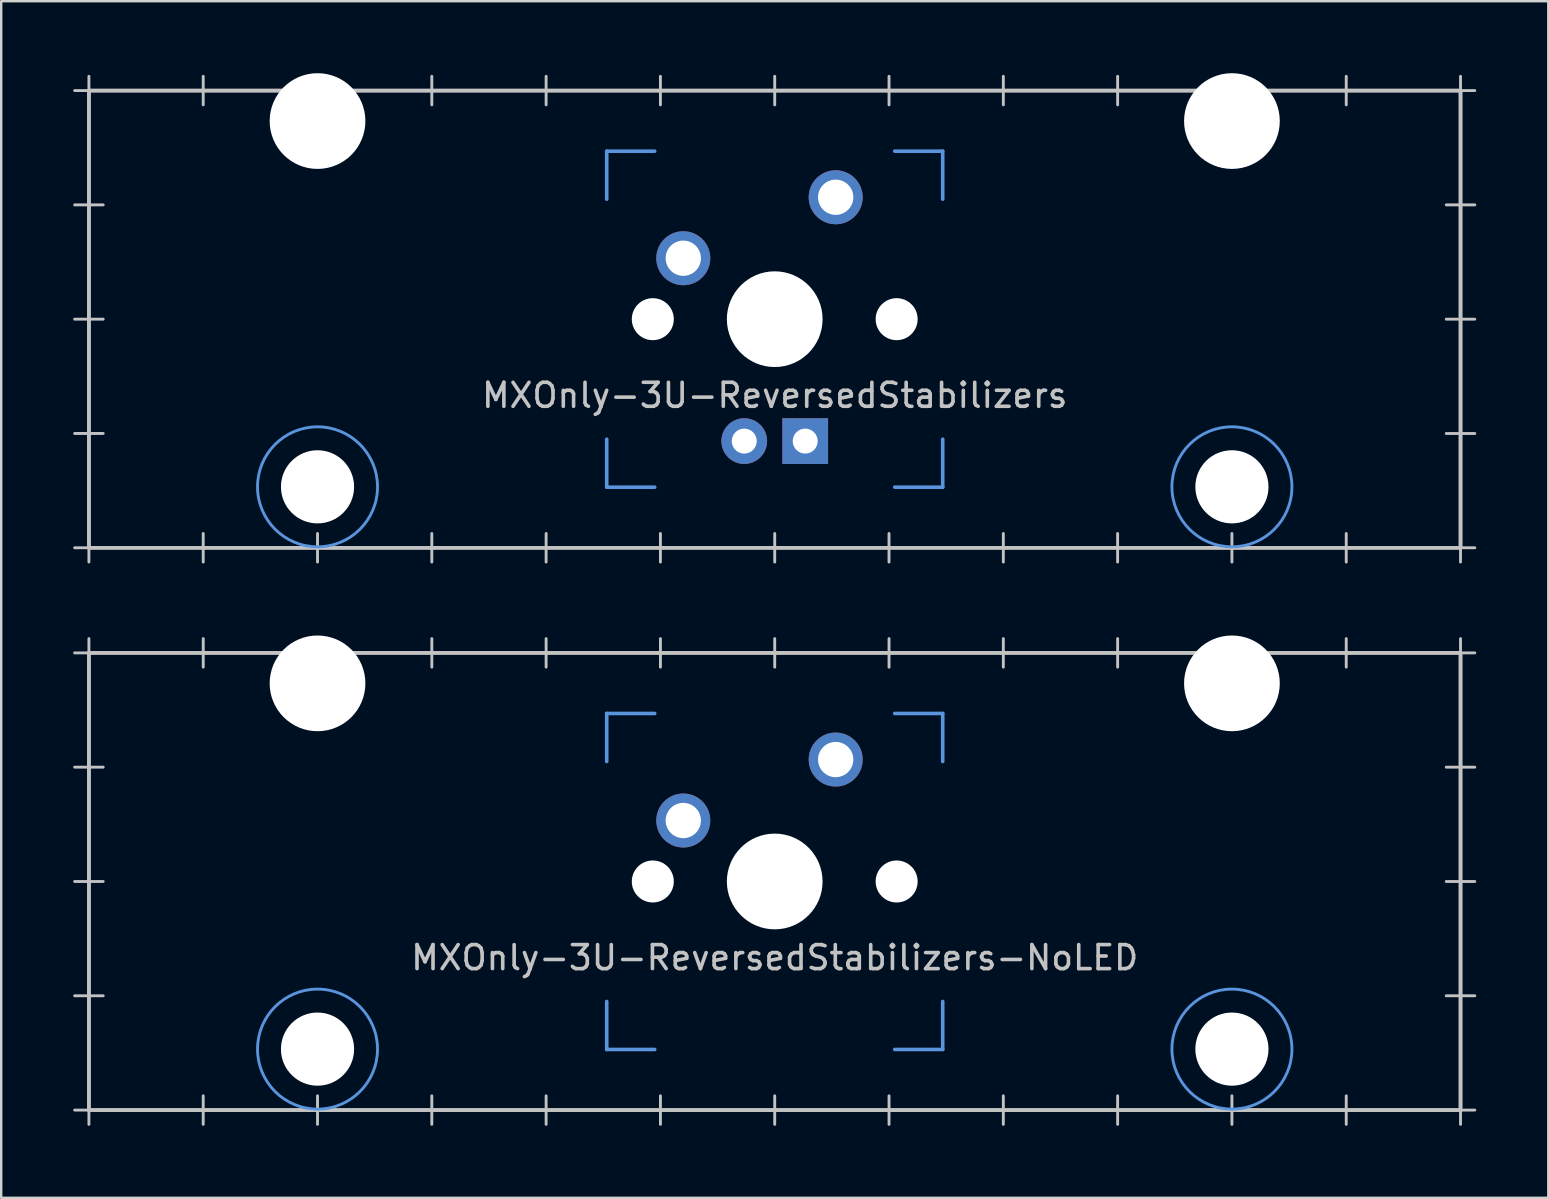
<source format=kicad_pcb>
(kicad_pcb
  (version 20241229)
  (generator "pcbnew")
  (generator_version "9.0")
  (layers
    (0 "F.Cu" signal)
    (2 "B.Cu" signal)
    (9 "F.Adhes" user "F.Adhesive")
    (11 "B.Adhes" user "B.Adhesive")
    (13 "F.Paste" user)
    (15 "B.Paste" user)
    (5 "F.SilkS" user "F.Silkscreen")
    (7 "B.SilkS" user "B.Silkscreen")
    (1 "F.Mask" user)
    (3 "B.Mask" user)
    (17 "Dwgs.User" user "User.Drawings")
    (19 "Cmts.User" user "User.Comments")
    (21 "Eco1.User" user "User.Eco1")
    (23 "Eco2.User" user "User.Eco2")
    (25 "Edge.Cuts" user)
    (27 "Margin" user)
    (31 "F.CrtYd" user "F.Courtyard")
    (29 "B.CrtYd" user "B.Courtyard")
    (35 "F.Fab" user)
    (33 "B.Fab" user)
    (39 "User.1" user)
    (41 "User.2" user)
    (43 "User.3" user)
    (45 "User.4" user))
  (footprint "MXOnly-3U-ReversedStabilizers-NoLED"
    (layer "F.Cu")
    (at 29.23 33.678)
    (property "Reference" "MXOnly-3U-ReversedStabilizers-NoLED" (at 0 3.175 0) (layer "Dwgs.User") (effects (font (size 1 1) (thickness 0.15))))
    (attr through_hole)
    (fp_line (start -29.17 -9.525) (end -28.575 -9.525) (stroke (width 0.12) (type solid)) (layer "Dwgs.User"))
    (fp_line (start -29.17 0) (end -27.98 0) (stroke (width 0.12) (type solid)) (layer "Dwgs.User"))
    (fp_line (start -29.17 4.763) (end -27.98 4.763) (stroke (width 0.12) (type solid)) (layer "Dwgs.User"))
    (fp_line (start -29.17 9.525) (end -28.575 9.525) (stroke (width 0.12) (type solid)) (layer "Dwgs.User"))
    (fp_line (start -28.575 10.12) (end -28.575 9.525) (stroke (width 0.12) (type solid)) (layer "Dwgs.User"))
    (fp_line (start -28.575 -10.12) (end -28.575 -9.525) (stroke (width 0.12) (type solid)) (layer "Dwgs.User"))
    (fp_line (start -28.575 -9.525) (end 28.575 -9.525) (stroke (width 0.15) (type solid)) (layer "Dwgs.User"))
    (fp_line (start -28.575 9.525) (end -28.575 -9.525) (stroke (width 0.15) (type solid)) (layer "Dwgs.User"))
    (fp_line (start -28.575 9.525) (end 28.575 9.525) (stroke (width 0.15) (type solid)) (layer "Dwgs.User"))
    (fp_line (start -28.575 -9.525) (end 28.575 -9.525) (stroke (width 0.15) (type solid)) (layer "Dwgs.User"))
    (fp_line (start -28.575 9.525) (end -28.575 -9.525) (stroke (width 0.15) (type solid)) (layer "Dwgs.User"))
    (fp_line (start -28.575 9.525) (end 28.575 9.525) (stroke (width 0.15) (type solid)) (layer "Dwgs.User"))
    (fp_line (start -27.98 -4.763) (end -29.17 -4.763) (stroke (width 0.12) (type solid)) (layer "Dwgs.User"))
    (fp_line (start -23.813 8.93) (end -23.813 10.12) (stroke (width 0.12) (type solid)) (layer "Dwgs.User"))
    (fp_line (start -23.812 -10.12) (end -23.812 -8.93) (stroke (width 0.12) (type solid)) (layer "Dwgs.User"))
    (fp_line (start -19.05 8.93) (end -19.05 10.12) (stroke (width 0.12) (type solid)) (layer "Dwgs.User"))
    (fp_line (start -19.05 -10.12) (end -19.05 -8.93) (stroke (width 0.12) (type solid)) (layer "Dwgs.User"))
    (fp_line (start -14.288 10.12) (end -14.288 8.93) (stroke (width 0.12) (type solid)) (layer "Dwgs.User"))
    (fp_line (start -14.287 -8.93) (end -14.287 -10.12) (stroke (width 0.12) (type solid)) (layer "Dwgs.User"))
    (fp_line (start -9.525 8.93) (end -9.525 10.12) (stroke (width 0.12) (type solid)) (layer "Dwgs.User"))
    (fp_line (start -9.525 -10.12) (end -9.525 -8.93) (stroke (width 0.12) (type solid)) (layer "Dwgs.User"))
    (fp_line (start -4.762 10.12) (end -4.762 8.93) (stroke (width 0.12) (type solid)) (layer "Dwgs.User"))
    (fp_line (start -4.762 -8.93) (end -4.762 -10.12) (stroke (width 0.12) (type solid)) (layer "Dwgs.User"))
    (fp_line (start 0.000006 8.93) (end 0.000006 10.12) (stroke (width 0.12) (type solid)) (layer "Dwgs.User"))
    (fp_line (start 0.000024 -10.12) (end 0.000024 -8.93) (stroke (width 0.12) (type solid)) (layer "Dwgs.User"))
    (fp_line (start 4.763 10.12) (end 4.763 8.93) (stroke (width 0.12) (type solid)) (layer "Dwgs.User"))
    (fp_line (start 4.763 -8.93) (end 4.763 -10.12) (stroke (width 0.12) (type solid)) (layer "Dwgs.User"))
    (fp_line (start 9.525 8.93) (end 9.525 10.12) (stroke (width 0.12) (type solid)) (layer "Dwgs.User"))
    (fp_line (start 9.525 -10.12) (end 9.525 -8.93) (stroke (width 0.12) (type solid)) (layer "Dwgs.User"))
    (fp_line (start 14.288 10.12) (end 14.288 8.93) (stroke (width 0.12) (type solid)) (layer "Dwgs.User"))
    (fp_line (start 14.288 -8.93) (end 14.288 -10.12) (stroke (width 0.12) (type solid)) (layer "Dwgs.User"))
    (fp_line (start 19.05 8.93) (end 19.05 10.12) (stroke (width 0.12) (type solid)) (layer "Dwgs.User"))
    (fp_line (start 19.05 -10.12) (end 19.05 -8.93) (stroke (width 0.12) (type solid)) (layer "Dwgs.User"))
    (fp_line (start 23.813 10.12) (end 23.813 8.93) (stroke (width 0.12) (type solid)) (layer "Dwgs.User"))
    (fp_line (start 23.813 -8.93) (end 23.813 -10.12) (stroke (width 0.12) (type solid)) (layer "Dwgs.User"))
    (fp_line (start 27.98 4.763) (end 29.17 4.763) (stroke (width 0.12) (type solid)) (layer "Dwgs.User"))
    (fp_line (start 28.575 -9.525) (end 28.575 9.525) (stroke (width 0.15) (type solid)) (layer "Dwgs.User"))
    (fp_line (start 28.575 -9.525) (end 28.575 9.525) (stroke (width 0.15) (type solid)) (layer "Dwgs.User"))
    (fp_line (start 28.575 10.12) (end 28.575 9.525) (stroke (width 0.12) (type solid)) (layer "Dwgs.User"))
    (fp_line (start 28.575 -10.12) (end 28.575 -9.525) (stroke (width 0.12) (type solid)) (layer "Dwgs.User"))
    (fp_line (start 29.17 -9.525) (end 28.575 -9.525) (stroke (width 0.12) (type solid)) (layer "Dwgs.User"))
    (fp_line (start 29.17 -4.762) (end 27.98 -4.762) (stroke (width 0.12) (type solid)) (layer "Dwgs.User"))
    (fp_line (start 29.17 0.000008) (end 27.98 0.000008) (stroke (width 0.12) (type solid)) (layer "Dwgs.User"))
    (fp_line (start 29.17 9.525) (end 28.575 9.525) (stroke (width 0.12) (type solid)) (layer "Dwgs.User"))
    (fp_line (start -7 -7) (end -7 -5) (stroke (width 0.15) (type solid)) (layer "Cmts.User"))
    (fp_line (start -7 7) (end -7 5) (stroke (width 0.15) (type solid)) (layer "Cmts.User"))
    (fp_line (start -5 -7) (end -7 -7) (stroke (width 0.15) (type solid)) (layer "Cmts.User"))
    (fp_line (start -5 7) (end -7 7) (stroke (width 0.15) (type solid)) (layer "Cmts.User"))
    (fp_line (start 5 -7) (end 7 -7) (stroke (width 0.15) (type solid)) (layer "Cmts.User"))
    (fp_line (start 7 -7) (end 7 -5) (stroke (width 0.15) (type solid)) (layer "Cmts.User"))
    (fp_line (start 7 5) (end 7 7) (stroke (width 0.15) (type solid)) (layer "Cmts.User"))
    (fp_line (start 7 7) (end 5 7) (stroke (width 0.15) (type solid)) (layer "Cmts.User"))
    (fp_circle (center -19.05 6.985) (end -21.55 6.985) (stroke (width 0.12) (type solid)) (fill no) (layer "Cmts.User"))
    (fp_circle (center 19.05 6.985) (end 16.55 6.985) (stroke (width 0.12) (type solid)) (fill no) (layer "Cmts.User"))
    (pad "" np_thru_hole circle (at -19.05 -8.255) (size 3.988 3.988) (drill 3.988) (layers "*.Cu" "*.Mask"))
    (pad "" np_thru_hole circle (at -19.05 6.985) (size 3.048 3.048) (drill 3.048) (layers "*.Cu" "*.Mask"))
    (pad "" np_thru_hole circle (at -5.08 0 48.1) (size 1.75 1.75) (drill 1.75) (layers "*.Cu" "*.Mask"))
    (pad "" np_thru_hole circle (at 0 0) (size 3.988 3.988) (drill 3.988) (layers "*.Cu" "*.Mask"))
    (pad "" np_thru_hole circle (at 5.08 0 48.1) (size 1.75 1.75) (drill 1.75) (layers "*.Cu" "*.Mask"))
    (pad "" np_thru_hole circle (at 19.05 -8.255) (size 3.988 3.988) (drill 3.988) (layers "*.Cu" "*.Mask"))
    (pad "" np_thru_hole circle (at 19.05 6.985) (size 3.048 3.048) (drill 3.048) (layers "*.Cu" "*.Mask"))
    (pad "1" thru_hole circle (at -3.81 -2.54 48.1) (size 2.25 2.25) (drill 1.47) (layers "*.Cu" "B.Mask"))
    (pad "2" thru_hole circle (at 2.54 -5.08) (size 2.25 2.25) (drill 1.47) (layers "*.Cu" "B.Mask")))
  (footprint "MXOnly-3U-ReversedStabilizers"
    (layer "F.Cu")
    (at 29.23 10.249)
    (property "Reference" "MXOnly-3U-ReversedStabilizers" (at 0 3.175 0) (layer "Dwgs.User") (effects (font (size 1 1) (thickness 0.15))))
    (attr through_hole)
    (fp_line (start -29.17 -9.525) (end -28.575 -9.525) (stroke (width 0.12) (type solid)) (layer "Dwgs.User"))
    (fp_line (start -29.17 -0.000008) (end -27.98 -0.000008) (stroke (width 0.12) (type solid)) (layer "Dwgs.User"))
    (fp_line (start -29.17 4.762) (end -27.98 4.762) (stroke (width 0.12) (type solid)) (layer "Dwgs.User"))
    (fp_line (start -29.17 9.525) (end -28.575 9.525) (stroke (width 0.12) (type solid)) (layer "Dwgs.User"))
    (fp_line (start -28.575 10.12) (end -28.575 9.525) (stroke (width 0.12) (type solid)) (layer "Dwgs.User"))
    (fp_line (start -28.575 -10.12) (end -28.575 -9.525) (stroke (width 0.12) (type solid)) (layer "Dwgs.User"))
    (fp_line (start -28.575 -9.525) (end 28.575 -9.525) (stroke (width 0.15) (type solid)) (layer "Dwgs.User"))
    (fp_line (start -28.575 -9.525) (end 28.575 -9.525) (stroke (width 0.15) (type solid)) (layer "Dwgs.User"))
    (fp_line (start -28.575 9.525) (end -28.575 -9.525) (stroke (width 0.15) (type solid)) (layer "Dwgs.User"))
    (fp_line (start -28.575 9.525) (end -28.575 -9.525) (stroke (width 0.15) (type solid)) (layer "Dwgs.User"))
    (fp_line (start -28.575 9.525) (end 28.575 9.525) (stroke (width 0.15) (type solid)) (layer "Dwgs.User"))
    (fp_line (start -28.575 9.525) (end 28.575 9.525) (stroke (width 0.15) (type solid)) (layer "Dwgs.User"))
    (fp_line (start -27.98 -4.763) (end -29.17 -4.763) (stroke (width 0.12) (type solid)) (layer "Dwgs.User"))
    (fp_line (start -23.813 8.93) (end -23.813 10.12) (stroke (width 0.12) (type solid)) (layer "Dwgs.User"))
    (fp_line (start -23.813 -10.12) (end -23.813 -8.93) (stroke (width 0.12) (type solid)) (layer "Dwgs.User"))
    (fp_line (start -19.05 8.93) (end -19.05 10.12) (stroke (width 0.12) (type solid)) (layer "Dwgs.User"))
    (fp_line (start -19.05 -10.12) (end -19.05 -8.93) (stroke (width 0.12) (type solid)) (layer "Dwgs.User"))
    (fp_line (start -14.288 10.12) (end -14.288 8.93) (stroke (width 0.12) (type solid)) (layer "Dwgs.User"))
    (fp_line (start -14.288 -8.93) (end -14.288 -10.12) (stroke (width 0.12) (type solid)) (layer "Dwgs.User"))
    (fp_line (start -9.525 8.93) (end -9.525 10.12) (stroke (width 0.12) (type solid)) (layer "Dwgs.User"))
    (fp_line (start -9.525 -10.12) (end -9.525 -8.93) (stroke (width 0.12) (type solid)) (layer "Dwgs.User"))
    (fp_line (start -4.763 10.12) (end -4.763 8.93) (stroke (width 0.12) (type solid)) (layer "Dwgs.User"))
    (fp_line (start -4.763 -8.93) (end -4.763 -10.12) (stroke (width 0.12) (type solid)) (layer "Dwgs.User"))
    (fp_line (start -0.000018 8.93) (end -0.000018 10.12) (stroke (width 0.12) (type solid)) (layer "Dwgs.User"))
    (fp_line (start 0 -10.12) (end 0 -8.93) (stroke (width 0.12) (type solid)) (layer "Dwgs.User"))
    (fp_line (start 4.762 10.12) (end 4.762 8.93) (stroke (width 0.12) (type solid)) (layer "Dwgs.User"))
    (fp_line (start 4.763 -8.93) (end 4.763 -10.12) (stroke (width 0.12) (type solid)) (layer "Dwgs.User"))
    (fp_line (start 9.525 8.93) (end 9.525 10.12) (stroke (width 0.12) (type solid)) (layer "Dwgs.User"))
    (fp_line (start 9.525 -10.12) (end 9.525 -8.93) (stroke (width 0.12) (type solid)) (layer "Dwgs.User"))
    (fp_line (start 14.287 10.12) (end 14.287 8.93) (stroke (width 0.12) (type solid)) (layer "Dwgs.User"))
    (fp_line (start 14.288 -8.93) (end 14.288 -10.12) (stroke (width 0.12) (type solid)) (layer "Dwgs.User"))
    (fp_line (start 19.05 8.93) (end 19.05 10.12) (stroke (width 0.12) (type solid)) (layer "Dwgs.User"))
    (fp_line (start 19.05 -10.12) (end 19.05 -8.93) (stroke (width 0.12) (type solid)) (layer "Dwgs.User"))
    (fp_line (start 23.813 10.12) (end 23.813 8.93) (stroke (width 0.12) (type solid)) (layer "Dwgs.User"))
    (fp_line (start 23.813 -8.93) (end 23.813 -10.12) (stroke (width 0.12) (type solid)) (layer "Dwgs.User"))
    (fp_line (start 27.98 4.763) (end 29.17 4.763) (stroke (width 0.12) (type solid)) (layer "Dwgs.User"))
    (fp_line (start 28.575 -9.525) (end 28.575 9.525) (stroke (width 0.15) (type solid)) (layer "Dwgs.User"))
    (fp_line (start 28.575 -9.525) (end 28.575 9.525) (stroke (width 0.15) (type solid)) (layer "Dwgs.User"))
    (fp_line (start 28.575 10.12) (end 28.575 9.525) (stroke (width 0.12) (type solid)) (layer "Dwgs.User"))
    (fp_line (start 28.575 -10.12) (end 28.575 -9.525) (stroke (width 0.12) (type solid)) (layer "Dwgs.User"))
    (fp_line (start 29.17 -9.525) (end 28.575 -9.525) (stroke (width 0.12) (type solid)) (layer "Dwgs.User"))
    (fp_line (start 29.17 -4.763) (end 27.98 -4.763) (stroke (width 0.12) (type solid)) (layer "Dwgs.User"))
    (fp_line (start 29.17 0) (end 27.98 0) (stroke (width 0.12) (type solid)) (layer "Dwgs.User"))
    (fp_line (start 29.17 9.525) (end 28.575 9.525) (stroke (width 0.12) (type solid)) (layer "Dwgs.User"))
    (fp_line (start -7 -7) (end -7 -5) (stroke (width 0.15) (type solid)) (layer "Cmts.User"))
    (fp_line (start -7 7) (end -7 5) (stroke (width 0.15) (type solid)) (layer "Cmts.User"))
    (fp_line (start -5 -7) (end -7 -7) (stroke (width 0.15) (type solid)) (layer "Cmts.User"))
    (fp_line (start -5 7) (end -7 7) (stroke (width 0.15) (type solid)) (layer "Cmts.User"))
    (fp_line (start 5 -7) (end 7 -7) (stroke (width 0.15) (type solid)) (layer "Cmts.User"))
    (fp_line (start 7 -7) (end 7 -5) (stroke (width 0.15) (type solid)) (layer "Cmts.User"))
    (fp_line (start 7 5) (end 7 7) (stroke (width 0.15) (type solid)) (layer "Cmts.User"))
    (fp_line (start 7 7) (end 5 7) (stroke (width 0.15) (type solid)) (layer "Cmts.User"))
    (fp_circle (center -19.05 6.985) (end -21.55 6.985) (stroke (width 0.12) (type solid)) (fill no) (layer "Cmts.User"))
    (fp_circle (center 19.05 6.985) (end 16.55 6.985) (stroke (width 0.12) (type solid)) (fill no) (layer "Cmts.User"))
    (pad "" np_thru_hole circle (at -19.05 -8.255) (size 3.988 3.988) (drill 3.988) (layers "*.Cu" "*.Mask"))
    (pad "" np_thru_hole circle (at -19.05 6.985) (size 3.048 3.048) (drill 3.048) (layers "*.Cu" "*.Mask"))
    (pad "" np_thru_hole circle (at -5.08 0 48.1) (size 1.75 1.75) (drill 1.75) (layers "*.Cu" "*.Mask"))
    (pad "" np_thru_hole circle (at 0 0) (size 3.988 3.988) (drill 3.988) (layers "*.Cu" "*.Mask"))
    (pad "" np_thru_hole circle (at 5.08 0 48.1) (size 1.75 1.75) (drill 1.75) (layers "*.Cu" "*.Mask"))
    (pad "" np_thru_hole circle (at 19.05 -8.255) (size 3.988 3.988) (drill 3.988) (layers "*.Cu" "*.Mask"))
    (pad "" np_thru_hole circle (at 19.05 6.985) (size 3.048 3.048) (drill 3.048) (layers "*.Cu" "*.Mask"))
    (pad "1" thru_hole circle (at -3.81 -2.54 48.1) (size 2.25 2.25) (drill 1.47) (layers "*.Cu" "B.Mask"))
    (pad "2" thru_hole circle (at 2.54 -5.08) (size 2.25 2.25) (drill 1.47) (layers "*.Cu" "B.Mask"))
    (pad "3" thru_hole circle (at -1.27 5.08) (size 1.905 1.905) (drill 1.04) (layers "*.Cu" "B.Mask"))
    (pad "4" thru_hole rect (at 1.27 5.08) (size 1.905 1.905) (drill 1.04) (layers "*.Cu" "B.Mask")))
  (gr_rect
    (start -3 -3)
    (end 61.461 46.858)
    (stroke (width 0.1) (type default))
    (fill no)
    (layer "Edge.Cuts")))
</source>
